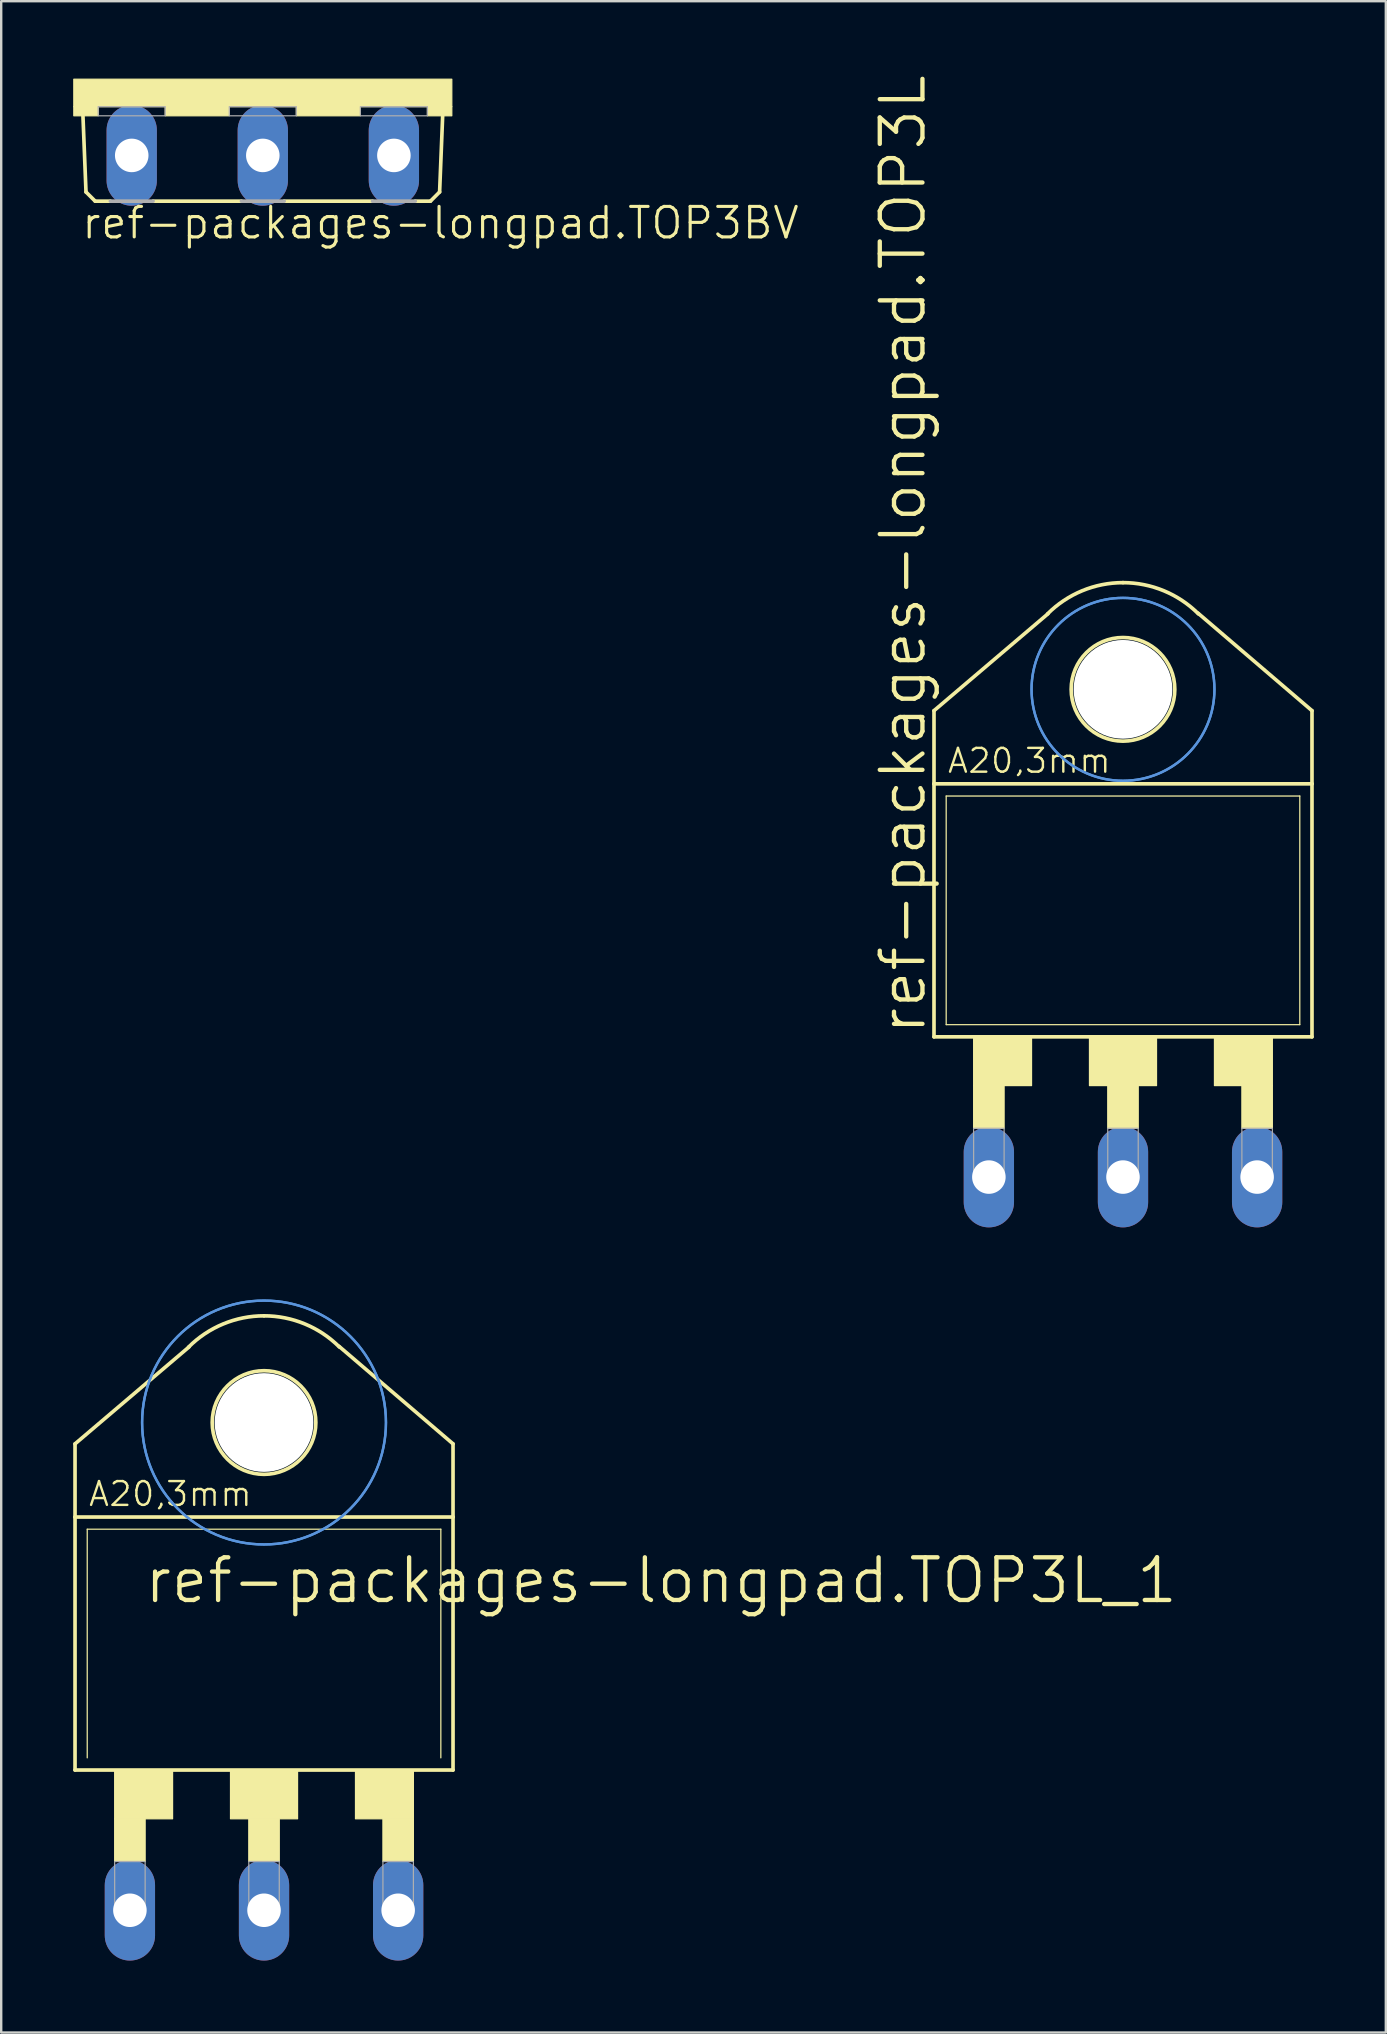
<source format=kicad_pcb>
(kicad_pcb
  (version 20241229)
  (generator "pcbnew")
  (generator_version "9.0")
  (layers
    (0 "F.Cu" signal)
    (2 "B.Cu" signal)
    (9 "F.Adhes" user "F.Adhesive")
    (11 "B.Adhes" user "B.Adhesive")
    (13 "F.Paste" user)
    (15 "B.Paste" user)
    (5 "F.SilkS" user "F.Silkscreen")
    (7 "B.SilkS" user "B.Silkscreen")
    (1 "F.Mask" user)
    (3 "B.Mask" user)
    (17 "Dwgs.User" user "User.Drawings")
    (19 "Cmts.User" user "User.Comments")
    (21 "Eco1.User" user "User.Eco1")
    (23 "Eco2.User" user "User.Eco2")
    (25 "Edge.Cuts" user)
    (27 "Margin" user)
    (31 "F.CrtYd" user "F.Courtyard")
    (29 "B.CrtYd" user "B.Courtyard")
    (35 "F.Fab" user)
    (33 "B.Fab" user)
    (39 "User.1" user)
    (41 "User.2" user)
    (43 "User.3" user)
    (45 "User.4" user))
  (footprint "ref-packages-longpad.TOP3L_1"
    (layer "F.Cu")
    (at 7.95 68.915)
    (property "Reference" "ref-packages-longpad.TOP3L_1" (at -5.08 -5.08 0) (layer "F.SilkS") (effects (font (size 1.778 1.778) (thickness 0.18)) (justify left bottom)))
    (attr through_hole)
    (fp_line (start -7.874 -11.811) (end -3.124 -15.85) (stroke (width 0.152) (type default)) (layer "F.SilkS"))
    (fp_line (start -7.874 -8.763) (end -7.874 -11.811) (stroke (width 0.152) (type default)) (layer "F.SilkS"))
    (fp_line (start -7.874 1.778) (end -7.874 -8.763) (stroke (width 0.152) (type default)) (layer "F.SilkS"))
    (fp_line (start -7.874 1.778) (end 7.874 1.778) (stroke (width 0.152) (type default)) (layer "F.SilkS"))
    (fp_line (start -7.366 1.27) (end -7.366 -8.255) (stroke (width 0.051) (type default)) (layer "F.SilkS"))
    (fp_line (start 7.366 -8.255) (end -7.366 -8.255) (stroke (width 0.051) (type default)) (layer "F.SilkS"))
    (fp_line (start 7.366 -8.255) (end 7.366 1.27) (stroke (width 0.051) (type default)) (layer "F.SilkS"))
    (fp_line (start 7.874 -11.811) (end 3.124 -15.875) (stroke (width 0.152) (type default)) (layer "F.SilkS"))
    (fp_line (start 7.874 -8.763) (end -7.874 -8.763) (stroke (width 0.152) (type default)) (layer "F.SilkS"))
    (fp_line (start 7.874 -8.763) (end 7.874 -11.811) (stroke (width 0.152) (type default)) (layer "F.SilkS"))
    (fp_line (start 7.874 -8.763) (end 7.874 1.778) (stroke (width 0.152) (type default)) (layer "F.SilkS"))
    (fp_rect (start -6.223 3.81) (end -3.81 1.778) (stroke (width 0.05) (type default)) (fill yes) (layer "F.SilkS"))
    (fp_rect (start -6.223 5.588) (end -4.953 3.81) (stroke (width 0.05) (type default)) (fill yes) (layer "F.SilkS"))
    (fp_rect (start -1.397 3.81) (end 1.397 1.778) (stroke (width 0.05) (type default)) (fill yes) (layer "F.SilkS"))
    (fp_rect (start -0.635 5.588) (end 0.635 3.81) (stroke (width 0.05) (type default)) (fill yes) (layer "F.SilkS"))
    (fp_rect (start 3.81 3.81) (end 6.223 1.778) (stroke (width 0.05) (type default)) (fill yes) (layer "F.SilkS"))
    (fp_rect (start 4.953 5.588) (end 6.223 3.81) (stroke (width 0.05) (type default)) (fill yes) (layer "F.SilkS"))
    (fp_arc (start -3.1431 -15.8431) (mid -1.701032 -16.806651) (end 0 -17.145) (stroke (width 0.1524) (type default)) (layer "F.SilkS"))
    (fp_arc (start 0 -17.145) (mid 1.701032 -16.806651) (end 3.1431 -15.8431) (stroke (width 0.1524) (type default)) (layer "F.SilkS"))
    (fp_circle (center 0 -12.7) (end 2.159 -12.7) (stroke (width 0.152) (type default)) (fill no) (layer "F.SilkS"))
    (fp_circle (center 0 -12.7) (end 5.08 -12.7) (stroke (width 0.1) (type default)) (fill no) (layer "Cmts.User"))
    (fp_circle (center 0 -12.7) (end 5.08 -12.7) (stroke (width 0.1) (type default)) (fill no) (layer "Cmts.User"))
    (fp_rect (start -6.223 7.62) (end -4.953 5.588) (stroke (width 0.05) (type default)) (fill no) (layer "F.Fab"))
    (fp_rect (start -0.635 7.62) (end 0.635 5.588) (stroke (width 0.05) (type default)) (fill no) (layer "F.Fab"))
    (fp_rect (start 4.953 7.62) (end 6.223 5.588) (stroke (width 0.05) (type default)) (fill no) (layer "F.Fab"))
    (fp_text user "A20,3mm" (at -7.366 -9.144 0) (layer "F.SilkS") (effects (font (size 0.991 0.991) (thickness 0.1)) (justify left bottom)))
    (pad "" np_thru_hole circle (at 0 -12.7) (size 4.115 4.115) (drill 4.115) (layers "*.Cu" "*.Mask"))
    (pad "A1" thru_hole oval (at -5.588 7.62 90) (size 4.191 2.095) (drill 1.397) (layers "*.Cu" "*.Mask"))
    (pad "A2" thru_hole oval (at 0 7.62 90) (size 4.191 2.095) (drill 1.397) (layers "*.Cu" "*.Mask"))
    (pad "G" thru_hole oval (at 5.588 7.62 90) (size 4.191 2.095) (drill 1.397) (layers "*.Cu" "*.Mask")))
  (footprint "ref-packages-longpad.TOP3BV"
    (layer "F.Cu")
    (at 7.899 0.25)
    (property "Reference" "ref-packages-longpad.TOP3BV" (at -7.62 6.731 0) (layer "F.SilkS") (effects (font (size 1.27 1.27) (thickness 0.13)) (justify left bottom)))
    (attr through_hole)
    (fp_line (start -7.366 4.699) (end -7.493 1.524) (stroke (width 0.152) (type default)) (layer "F.SilkS"))
    (fp_line (start -6.985 5.08) (end -7.366 4.699) (stroke (width 0.152) (type default)) (layer "F.SilkS"))
    (fp_line (start -6.35 5.08) (end -6.985 5.08) (stroke (width 0.152) (type default)) (layer "F.SilkS"))
    (fp_line (start -0.889 5.08) (end -4.572 5.08) (stroke (width 0.152) (type default)) (layer "F.SilkS"))
    (fp_line (start 4.572 5.08) (end 0.889 5.08) (stroke (width 0.152) (type default)) (layer "F.SilkS"))
    (fp_line (start 6.985 5.08) (end 6.35 5.08) (stroke (width 0.152) (type default)) (layer "F.SilkS"))
    (fp_line (start 6.985 5.08) (end 7.366 4.699) (stroke (width 0.152) (type default)) (layer "F.SilkS"))
    (fp_line (start 7.366 4.699) (end 7.493 1.524) (stroke (width 0.152) (type default)) (layer "F.SilkS"))
    (fp_rect (start -7.874 1.143) (end 7.874 0) (stroke (width 0.05) (type default)) (fill yes) (layer "F.SilkS"))
    (fp_rect (start -7.874 1.524) (end -6.858 1.143) (stroke (width 0.05) (type default)) (fill yes) (layer "F.SilkS"))
    (fp_rect (start -4.064 1.524) (end -1.397 1.143) (stroke (width 0.05) (type default)) (fill yes) (layer "F.SilkS"))
    (fp_rect (start 1.397 1.524) (end 4.064 1.143) (stroke (width 0.05) (type default)) (fill yes) (layer "F.SilkS"))
    (fp_rect (start 6.858 1.524) (end 7.874 1.143) (stroke (width 0.05) (type default)) (fill yes) (layer "F.SilkS"))
    (fp_line (start -4.572 5.08) (end -6.35 5.08) (stroke (width 0.152) (type default)) (layer "F.Fab"))
    (fp_line (start 0.889 5.08) (end -0.889 5.08) (stroke (width 0.152) (type default)) (layer "F.Fab"))
    (fp_line (start 6.35 5.08) (end 4.572 5.08) (stroke (width 0.152) (type default)) (layer "F.Fab"))
    (fp_rect (start -6.858 1.524) (end -4.064 1.143) (stroke (width 0.05) (type default)) (fill no) (layer "F.Fab"))
    (fp_rect (start -1.397 1.524) (end 1.397 1.143) (stroke (width 0.05) (type default)) (fill no) (layer "F.Fab"))
    (fp_rect (start 4.064 1.524) (end 6.858 1.143) (stroke (width 0.05) (type default)) (fill no) (layer "F.Fab"))
    (pad "D" thru_hole oval (at 0 3.175 90) (size 4.191 2.095) (drill 1.397) (layers "*.Cu" "*.Mask"))
    (pad "G" thru_hole oval (at -5.461 3.175 90) (size 4.191 2.095) (drill 1.397) (layers "*.Cu" "*.Mask"))
    (pad "S" thru_hole oval (at 5.461 3.175 90) (size 4.191 2.095) (drill 1.397) (layers "*.Cu" "*.Mask")))
  (footprint "ref-packages-longpad.TOP3L"
    (layer "F.Cu")
    (at 43.736 38.369)
    (property "Reference" "ref-packages-longpad.TOP3L" (at -8.128 1.778 90) (layer "F.SilkS") (effects (font (size 1.778 1.778) (thickness 0.18)) (justify left bottom)))
    (attr through_hole)
    (fp_line (start -7.874 -11.811) (end -3.124 -15.85) (stroke (width 0.152) (type default)) (layer "F.SilkS"))
    (fp_line (start -7.874 -8.763) (end -7.874 -11.811) (stroke (width 0.152) (type default)) (layer "F.SilkS"))
    (fp_line (start -7.874 1.778) (end -7.874 -8.763) (stroke (width 0.152) (type default)) (layer "F.SilkS"))
    (fp_line (start -7.874 1.778) (end 7.874 1.778) (stroke (width 0.152) (type default)) (layer "F.SilkS"))
    (fp_line (start -7.366 1.27) (end -7.366 -8.255) (stroke (width 0.051) (type default)) (layer "F.SilkS"))
    (fp_line (start -7.366 1.27) (end 7.366 1.27) (stroke (width 0.051) (type default)) (layer "F.SilkS"))
    (fp_line (start 7.366 -8.255) (end -7.366 -8.255) (stroke (width 0.051) (type default)) (layer "F.SilkS"))
    (fp_line (start 7.366 -8.255) (end 7.366 1.27) (stroke (width 0.051) (type default)) (layer "F.SilkS"))
    (fp_line (start 7.874 -11.811) (end 3.124 -15.875) (stroke (width 0.152) (type default)) (layer "F.SilkS"))
    (fp_line (start 7.874 -8.763) (end -7.874 -8.763) (stroke (width 0.152) (type default)) (layer "F.SilkS"))
    (fp_line (start 7.874 -8.763) (end 7.874 -11.811) (stroke (width 0.152) (type default)) (layer "F.SilkS"))
    (fp_line (start 7.874 -8.763) (end 7.874 1.778) (stroke (width 0.152) (type default)) (layer "F.SilkS"))
    (fp_rect (start -6.223 3.81) (end -3.81 1.778) (stroke (width 0.05) (type default)) (fill yes) (layer "F.SilkS"))
    (fp_rect (start -6.223 5.588) (end -4.953 3.81) (stroke (width 0.05) (type default)) (fill yes) (layer "F.SilkS"))
    (fp_rect (start -1.397 3.81) (end 1.397 1.778) (stroke (width 0.05) (type default)) (fill yes) (layer "F.SilkS"))
    (fp_rect (start -0.635 5.588) (end 0.635 3.81) (stroke (width 0.05) (type default)) (fill yes) (layer "F.SilkS"))
    (fp_rect (start 3.81 3.81) (end 6.223 1.778) (stroke (width 0.05) (type default)) (fill yes) (layer "F.SilkS"))
    (fp_rect (start 4.953 5.588) (end 6.223 3.81) (stroke (width 0.05) (type default)) (fill yes) (layer "F.SilkS"))
    (fp_arc (start -3.1431 -15.8431) (mid -1.701032 -16.806651) (end 0 -17.145) (stroke (width 0.1524) (type default)) (layer "F.SilkS"))
    (fp_arc (start 0 -17.145) (mid 1.701032 -16.806651) (end 3.1431 -15.8431) (stroke (width 0.1524) (type default)) (layer "F.SilkS"))
    (fp_circle (center 0 -12.7) (end 2.159 -12.7) (stroke (width 0.152) (type default)) (fill no) (layer "F.SilkS"))
    (fp_circle (center 0 -12.7) (end 3.81 -12.7) (stroke (width 0.1) (type default)) (fill no) (layer "Cmts.User"))
    (fp_circle (center 0 -12.7) (end 3.81 -12.7) (stroke (width 0.1) (type default)) (fill no) (layer "Cmts.User"))
    (fp_rect (start -6.223 7.493) (end -4.953 5.588) (stroke (width 0.05) (type default)) (fill no) (layer "F.Fab"))
    (fp_rect (start -0.635 7.493) (end 0.635 5.588) (stroke (width 0.05) (type default)) (fill no) (layer "F.Fab"))
    (fp_rect (start 4.953 7.493) (end 6.223 5.588) (stroke (width 0.05) (type default)) (fill no) (layer "F.Fab"))
    (fp_text user "A20,3mm" (at -7.366 -9.144 0) (layer "F.SilkS") (effects (font (size 0.991 0.991) (thickness 0.1)) (justify left bottom)))
    (pad "" np_thru_hole circle (at 0 -12.7) (size 4.115 4.115) (drill 4.115) (layers "*.Cu" "*.Mask"))
    (pad "A1" thru_hole oval (at -5.588 7.62 90) (size 4.191 2.095) (drill 1.397) (layers "*.Cu" "*.Mask"))
    (pad "A2" thru_hole oval (at 5.588 7.62 90) (size 4.191 2.095) (drill 1.397) (layers "*.Cu" "*.Mask"))
    (pad "C" thru_hole oval (at 0 7.62 90) (size 4.191 2.095) (drill 1.397) (layers "*.Cu" "*.Mask")))
  (gr_rect
    (start -3 -3)
    (end 54.686 81.63)
    (stroke (width 0.1) (type default))
    (fill no)
    (layer "Edge.Cuts")))
</source>
